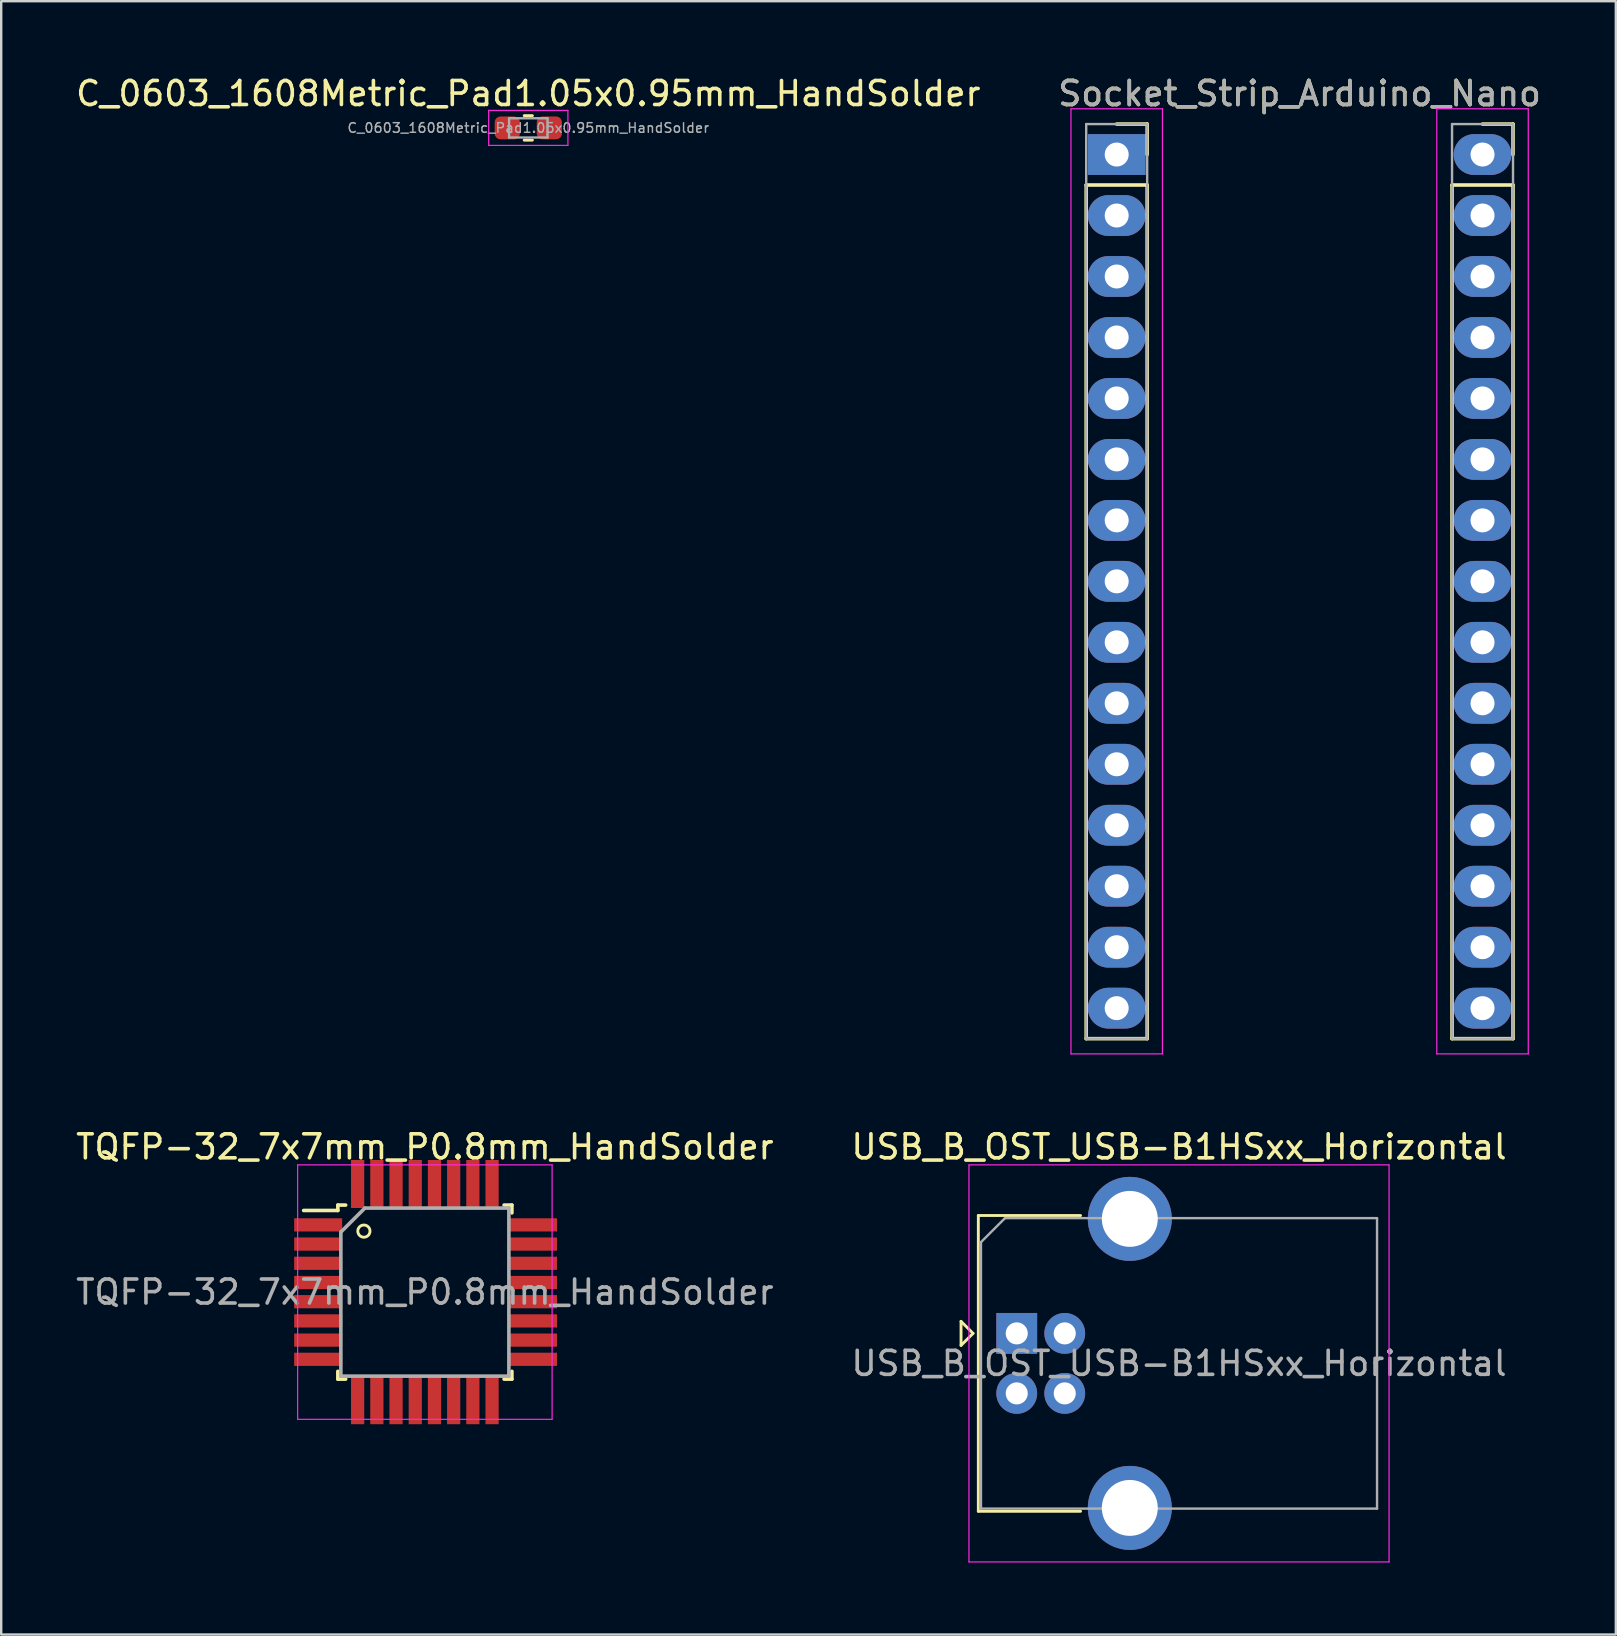
<source format=kicad_pcb>
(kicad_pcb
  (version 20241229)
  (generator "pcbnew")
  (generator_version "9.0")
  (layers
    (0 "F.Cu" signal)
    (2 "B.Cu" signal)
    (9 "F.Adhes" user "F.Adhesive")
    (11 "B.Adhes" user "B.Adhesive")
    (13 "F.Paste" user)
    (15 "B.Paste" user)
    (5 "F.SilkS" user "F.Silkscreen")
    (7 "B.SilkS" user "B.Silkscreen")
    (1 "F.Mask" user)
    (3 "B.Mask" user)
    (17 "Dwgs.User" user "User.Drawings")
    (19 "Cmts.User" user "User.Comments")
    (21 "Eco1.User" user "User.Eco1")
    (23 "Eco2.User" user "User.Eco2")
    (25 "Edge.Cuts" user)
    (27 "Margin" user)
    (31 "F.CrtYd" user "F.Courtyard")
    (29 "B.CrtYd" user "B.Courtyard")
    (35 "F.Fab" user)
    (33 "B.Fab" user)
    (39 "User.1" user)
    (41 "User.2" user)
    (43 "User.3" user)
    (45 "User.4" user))
  (footprint "TQFP-32_7x7mm_P0.8mm_HandSolder"
    (layer "F.Cu")
    (at 14.649 50.776)
    (property "Reference" "TQFP-32_7x7mm_P0.8mm_HandSolder" (at 0 -6.05 0) (layer "F.SilkS") (effects (font (size 1 1) (thickness 0.15))))
    (attr smd)
    (fp_line (start -3.625 -3.625) (end -3.625 -3.4) (stroke (width 0.15) (type solid)) (layer "F.SilkS"))
    (fp_line (start -3.625 -3.625) (end -3.3 -3.625) (stroke (width 0.15) (type solid)) (layer "F.SilkS"))
    (fp_line (start -3.625 -3.4) (end -5.05 -3.4) (stroke (width 0.15) (type solid)) (layer "F.SilkS"))
    (fp_line (start -3.625 3.625) (end -3.625 3.3) (stroke (width 0.15) (type solid)) (layer "F.SilkS"))
    (fp_line (start -3.625 3.625) (end -3.3 3.625) (stroke (width 0.15) (type solid)) (layer "F.SilkS"))
    (fp_line (start 3.625 -3.625) (end 3.3 -3.625) (stroke (width 0.15) (type solid)) (layer "F.SilkS"))
    (fp_line (start 3.625 -3.625) (end 3.625 -3.3) (stroke (width 0.15) (type solid)) (layer "F.SilkS"))
    (fp_line (start 3.625 3.625) (end 3.3 3.625) (stroke (width 0.15) (type solid)) (layer "F.SilkS"))
    (fp_line (start 3.625 3.625) (end 3.625 3.3) (stroke (width 0.15) (type solid)) (layer "F.SilkS"))
    (fp_circle (center -2.54 -2.54) (end -2.794 -2.54) (stroke (width 0.12) (type solid)) (fill no) (layer "F.SilkS"))
    (fp_line (start -5.3 -5.3) (end -5.3 5.3) (stroke (width 0.05) (type solid)) (layer "F.CrtYd"))
    (fp_line (start -5.3 -5.3) (end 5.3 -5.3) (stroke (width 0.05) (type solid)) (layer "F.CrtYd"))
    (fp_line (start -5.3 5.3) (end 5.3 5.3) (stroke (width 0.05) (type solid)) (layer "F.CrtYd"))
    (fp_line (start 5.3 -5.3) (end 5.3 5.3) (stroke (width 0.05) (type solid)) (layer "F.CrtYd"))
    (fp_line (start -3.5 -2.5) (end -2.5 -3.5) (stroke (width 0.15) (type solid)) (layer "F.Fab"))
    (fp_line (start -3.5 3.5) (end -3.5 -2.5) (stroke (width 0.15) (type solid)) (layer "F.Fab"))
    (fp_line (start -2.5 -3.5) (end 3.5 -3.5) (stroke (width 0.15) (type solid)) (layer "F.Fab"))
    (fp_line (start 3.5 -3.5) (end 3.5 3.5) (stroke (width 0.15) (type solid)) (layer "F.Fab"))
    (fp_line (start 3.5 3.5) (end -3.5 3.5) (stroke (width 0.15) (type solid)) (layer "F.Fab"))
    (fp_text user "${REFERENCE}" (at 0 0 0) (layer "F.Fab") (effects (font (size 1 1) (thickness 0.15))))
    (pad "1" smd rect (at -4.445 -2.8) (size 2 0.55) (layers "F.Cu" "F.Mask" "F.Paste"))
    (pad "2" smd rect (at -4.445 -2) (size 2 0.55) (layers "F.Cu" "F.Mask" "F.Paste"))
    (pad "3" smd rect (at -4.445 -1.2) (size 2 0.55) (layers "F.Cu" "F.Mask" "F.Paste"))
    (pad "4" smd rect (at -4.445 -0.4) (size 2 0.55) (layers "F.Cu" "F.Mask" "F.Paste"))
    (pad "5" smd rect (at -4.445 0.4) (size 2 0.55) (layers "F.Cu" "F.Mask" "F.Paste"))
    (pad "6" smd rect (at -4.445 1.2) (size 2 0.55) (layers "F.Cu" "F.Mask" "F.Paste"))
    (pad "7" smd rect (at -4.445 2) (size 2 0.55) (layers "F.Cu" "F.Mask" "F.Paste"))
    (pad "8" smd rect (at -4.445 2.8) (size 2 0.55) (layers "F.Cu" "F.Mask" "F.Paste"))
    (pad "9" smd rect (at -2.8 4.504 90) (size 2 0.55) (layers "F.Cu" "F.Mask" "F.Paste"))
    (pad "10" smd rect (at -2 4.504 90) (size 2 0.55) (layers "F.Cu" "F.Mask" "F.Paste"))
    (pad "11" smd rect (at -1.2 4.504 90) (size 2 0.55) (layers "F.Cu" "F.Mask" "F.Paste"))
    (pad "12" smd rect (at -0.4 4.504 90) (size 2 0.55) (layers "F.Cu" "F.Mask" "F.Paste"))
    (pad "13" smd rect (at 0.4 4.504 90) (size 2 0.55) (layers "F.Cu" "F.Mask" "F.Paste"))
    (pad "14" smd rect (at 1.2 4.504 90) (size 2 0.55) (layers "F.Cu" "F.Mask" "F.Paste"))
    (pad "15" smd rect (at 2 4.504 90) (size 2 0.55) (layers "F.Cu" "F.Mask" "F.Paste"))
    (pad "16" smd rect (at 2.8 4.504 90) (size 2 0.55) (layers "F.Cu" "F.Mask" "F.Paste"))
    (pad "17" smd rect (at 4.504 2.8) (size 2 0.55) (layers "F.Cu" "F.Mask" "F.Paste"))
    (pad "18" smd rect (at 4.504 2) (size 2 0.55) (layers "F.Cu" "F.Mask" "F.Paste"))
    (pad "19" smd rect (at 4.504 1.2) (size 2 0.55) (layers "F.Cu" "F.Mask" "F.Paste"))
    (pad "20" smd rect (at 4.504 0.4) (size 2 0.55) (layers "F.Cu" "F.Mask" "F.Paste"))
    (pad "21" smd rect (at 4.504 -0.4) (size 2 0.55) (layers "F.Cu" "F.Mask" "F.Paste"))
    (pad "22" smd rect (at 4.504 -1.2) (size 2 0.55) (layers "F.Cu" "F.Mask" "F.Paste"))
    (pad "23" smd rect (at 4.504 -2) (size 2 0.55) (layers "F.Cu" "F.Mask" "F.Paste"))
    (pad "24" smd rect (at 4.504 -2.8) (size 2 0.55) (layers "F.Cu" "F.Mask" "F.Paste"))
    (pad "25" smd rect (at 2.8 -4.504 90) (size 2 0.55) (layers "F.Cu" "F.Mask" "F.Paste"))
    (pad "26" smd rect (at 2 -4.504 90) (size 2 0.55) (layers "F.Cu" "F.Mask" "F.Paste"))
    (pad "27" smd rect (at 1.2 -4.504 90) (size 2 0.55) (layers "F.Cu" "F.Mask" "F.Paste"))
    (pad "28" smd rect (at 0.4 -4.504 90) (size 2 0.55) (layers "F.Cu" "F.Mask" "F.Paste"))
    (pad "29" smd rect (at -0.4 -4.504 90) (size 2 0.55) (layers "F.Cu" "F.Mask" "F.Paste"))
    (pad "30" smd rect (at -1.2 -4.504 90) (size 2 0.55) (layers "F.Cu" "F.Mask" "F.Paste"))
    (pad "31" smd rect (at -2 -4.504 90) (size 2 0.55) (layers "F.Cu" "F.Mask" "F.Paste"))
    (pad "32" smd rect (at -2.8 -4.504 90) (size 2 0.55) (layers "F.Cu" "F.Mask" "F.Paste")))
  (footprint "Socket_Strip_Arduino_Nano"
    (layer "F.Cu")
    (at 51.089 3.388)
    (property "Reference" "Socket_Strip_Arduino_Nano" (at 0 -2.54 0) (layer "F.SilkS") (effects (font (size 1 1) (thickness 0.15))))
    (attr through_hole)
    (fp_line (start -8.89 1.27) (end -6.35 1.27) (stroke (width 0.15) (type solid)) (layer "F.SilkS"))
    (fp_line (start -8.89 36.83) (end -8.89 1.27) (stroke (width 0.15) (type solid)) (layer "F.SilkS"))
    (fp_line (start -7.62 -1.27) (end -6.35 -1.27) (stroke (width 0.15) (type solid)) (layer "F.SilkS"))
    (fp_line (start -6.35 -1.27) (end -6.35 0) (stroke (width 0.15) (type solid)) (layer "F.SilkS"))
    (fp_line (start -6.35 1.27) (end -6.35 36.83) (stroke (width 0.15) (type solid)) (layer "F.SilkS"))
    (fp_line (start -6.35 36.83) (end -8.89 36.83) (stroke (width 0.15) (type solid)) (layer "F.SilkS"))
    (fp_line (start 6.35 1.27) (end 8.89 1.27) (stroke (width 0.15) (type solid)) (layer "F.SilkS"))
    (fp_line (start 6.35 36.83) (end 6.35 1.27) (stroke (width 0.15) (type solid)) (layer "F.SilkS"))
    (fp_line (start 7.62 -1.27) (end 8.89 -1.27) (stroke (width 0.15) (type solid)) (layer "F.SilkS"))
    (fp_line (start 8.89 -1.27) (end 8.89 0) (stroke (width 0.15) (type solid)) (layer "F.SilkS"))
    (fp_line (start 8.89 1.27) (end 8.89 36.83) (stroke (width 0.15) (type solid)) (layer "F.SilkS"))
    (fp_line (start 8.89 36.83) (end 6.35 36.83) (stroke (width 0.15) (type solid)) (layer "F.SilkS"))
    (fp_line (start -9.525 -1.905) (end -5.715 -1.905) (stroke (width 0.05) (type solid)) (layer "F.CrtYd"))
    (fp_line (start -9.525 37.465) (end -9.525 -1.905) (stroke (width 0.05) (type solid)) (layer "F.CrtYd"))
    (fp_line (start -5.715 -1.905) (end -5.715 37.465) (stroke (width 0.05) (type solid)) (layer "F.CrtYd"))
    (fp_line (start -5.715 37.465) (end -9.525 37.465) (stroke (width 0.05) (type solid)) (layer "F.CrtYd"))
    (fp_line (start 5.715 -1.905) (end 9.525 -1.905) (stroke (width 0.05) (type solid)) (layer "F.CrtYd"))
    (fp_line (start 5.715 37.465) (end 5.715 -1.905) (stroke (width 0.05) (type solid)) (layer "F.CrtYd"))
    (fp_line (start 9.525 -1.905) (end 9.525 37.465) (stroke (width 0.05) (type solid)) (layer "F.CrtYd"))
    (fp_line (start 9.525 37.465) (end 5.715 37.465) (stroke (width 0.05) (type solid)) (layer "F.CrtYd"))
    (fp_line (start -8.89 -1.27) (end -8.89 36.83) (stroke (width 0.1) (type solid)) (layer "F.Fab"))
    (fp_line (start -8.89 -1.27) (end -6.35 -1.27) (stroke (width 0.1) (type solid)) (layer "F.Fab"))
    (fp_line (start -6.35 -1.27) (end -6.35 36.83) (stroke (width 0.1) (type solid)) (layer "F.Fab"))
    (fp_line (start -6.35 36.83) (end -8.89 36.83) (stroke (width 0.1) (type solid)) (layer "F.Fab"))
    (fp_line (start 6.35 -1.27) (end 6.35 36.83) (stroke (width 0.1) (type solid)) (layer "F.Fab"))
    (fp_line (start 6.35 36.83) (end 8.89 36.83) (stroke (width 0.1) (type solid)) (layer "F.Fab"))
    (fp_line (start 8.89 -1.27) (end 6.35 -1.27) (stroke (width 0.1) (type solid)) (layer "F.Fab"))
    (fp_line (start 8.89 -1.27) (end 8.89 36.83) (stroke (width 0.1) (type solid)) (layer "F.Fab"))
    (fp_text user "${REFERENCE}" (at 0 -2.54 0) (layer "F.Fab") (effects (font (size 1 1) (thickness 0.15))))
    (pad "1" thru_hole oval (at -7.62 2.54) (size 2.4 1.7) (drill 1) (layers "*.Cu" "*.Mask"))
    (pad "2" thru_hole rect (at -7.62 0) (size 2.4 1.7) (drill 1) (layers "*.Cu" "*.Mask"))
    (pad "3" thru_hole oval (at -7.62 5.08) (size 2.4 1.7) (drill 1) (layers "*.Cu" "*.Mask"))
    (pad "4" thru_hole oval (at -7.62 7.62) (size 2.4 1.7) (drill 1) (layers "*.Cu" "*.Mask"))
    (pad "5" thru_hole oval (at -7.62 10.16) (size 2.4 1.7) (drill 1) (layers "*.Cu" "*.Mask"))
    (pad "6" thru_hole oval (at -7.62 12.7) (size 2.4 1.7) (drill 1) (layers "*.Cu" "*.Mask"))
    (pad "7" thru_hole oval (at -7.62 15.24) (size 2.4 1.7) (drill 1) (layers "*.Cu" "*.Mask"))
    (pad "8" thru_hole oval (at -7.62 17.78) (size 2.4 1.7) (drill 1) (layers "*.Cu" "*.Mask"))
    (pad "9" thru_hole oval (at -7.62 20.32) (size 2.4 1.7) (drill 1) (layers "*.Cu" "*.Mask"))
    (pad "10" thru_hole oval (at -7.62 22.86) (size 2.4 1.7) (drill 1) (layers "*.Cu" "*.Mask"))
    (pad "11" thru_hole oval (at -7.62 25.4) (size 2.4 1.7) (drill 1) (layers "*.Cu" "*.Mask"))
    (pad "12" thru_hole oval (at -7.62 27.94) (size 2.4 1.7) (drill 1) (layers "*.Cu" "*.Mask"))
    (pad "13" thru_hole oval (at -7.62 30.48) (size 2.4 1.7) (drill 1) (layers "*.Cu" "*.Mask"))
    (pad "14" thru_hole oval (at -7.62 33.02) (size 2.4 1.7) (drill 1) (layers "*.Cu" "*.Mask"))
    (pad "15" thru_hole oval (at -7.62 35.56) (size 2.4 1.7) (drill 1) (layers "*.Cu" "*.Mask"))
    (pad "16" thru_hole oval (at 7.62 35.56) (size 2.4 1.7) (drill 1) (layers "*.Cu" "*.Mask"))
    (pad "17" thru_hole oval (at 7.62 33.02) (size 2.4 1.7) (drill 1) (layers "*.Cu" "*.Mask"))
    (pad "18" thru_hole oval (at 7.62 30.48) (size 2.4 1.7) (drill 1) (layers "*.Cu" "*.Mask"))
    (pad "19" thru_hole oval (at 7.62 27.94) (size 2.4 1.7) (drill 1) (layers "*.Cu" "*.Mask"))
    (pad "20" thru_hole oval (at 7.62 25.4) (size 2.4 1.7) (drill 1) (layers "*.Cu" "*.Mask"))
    (pad "21" thru_hole oval (at 7.62 22.86) (size 2.4 1.7) (drill 1) (layers "*.Cu" "*.Mask"))
    (pad "22" thru_hole oval (at 7.62 20.32) (size 2.4 1.7) (drill 1) (layers "*.Cu" "*.Mask"))
    (pad "23" thru_hole oval (at 7.62 17.78) (size 2.4 1.7) (drill 1) (layers "*.Cu" "*.Mask"))
    (pad "24" thru_hole oval (at 7.62 15.24) (size 2.4 1.7) (drill 1) (layers "*.Cu" "*.Mask"))
    (pad "25" thru_hole oval (at 7.62 12.7) (size 2.4 1.7) (drill 1) (layers "*.Cu" "*.Mask"))
    (pad "26" thru_hole oval (at 7.62 10.16) (size 2.4 1.7) (drill 1) (layers "*.Cu" "*.Mask"))
    (pad "27" thru_hole oval (at 7.62 7.62) (size 2.4 1.7) (drill 1) (layers "*.Cu" "*.Mask"))
    (pad "28" thru_hole oval (at 7.62 5.08) (size 2.4 1.7) (drill 1) (layers "*.Cu" "*.Mask"))
    (pad "29" thru_hole oval (at 7.62 2.54) (size 2.4 1.7) (drill 1) (layers "*.Cu" "*.Mask"))
    (pad "30" thru_hole oval (at 7.62 0) (size 2.4 1.7) (drill 1) (layers "*.Cu" "*.Mask")))
  (footprint "USB_B_OST_USB-B1HSxx_Horizontal"
    (layer "F.Cu")
    (at 39.305 52.496)
    (property "Reference" "USB_B_OST_USB-B1HSxx_Horizontal" (at 6.76 -7.77 0) (layer "F.SilkS") (effects (font (size 1 1) (thickness 0.15))))
    (attr through_hole)
    (fp_line (start -2.32 -0.5) (end -2.32 0.5) (stroke (width 0.12) (type solid)) (layer "F.SilkS"))
    (fp_line (start -2.32 0.5) (end -1.82 0) (stroke (width 0.12) (type solid)) (layer "F.SilkS"))
    (fp_line (start -1.82 0) (end -2.32 -0.5) (stroke (width 0.12) (type solid)) (layer "F.SilkS"))
    (fp_line (start -1.6 -4.91) (end -1.6 7.41) (stroke (width 0.12) (type solid)) (layer "F.SilkS"))
    (fp_line (start -1.6 7.41) (end 2.66 7.41) (stroke (width 0.12) (type solid)) (layer "F.SilkS"))
    (fp_line (start 2.66 -4.91) (end -1.6 -4.91) (stroke (width 0.12) (type solid)) (layer "F.SilkS"))
    (fp_line (start -1.99 -7.02) (end -1.99 9.52) (stroke (width 0.05) (type solid)) (layer "F.CrtYd"))
    (fp_line (start -1.99 9.52) (end 15.51 9.52) (stroke (width 0.05) (type solid)) (layer "F.CrtYd"))
    (fp_line (start 15.51 -7.02) (end -1.99 -7.02) (stroke (width 0.05) (type solid)) (layer "F.CrtYd"))
    (fp_line (start 15.51 9.52) (end 15.51 -7.02) (stroke (width 0.05) (type solid)) (layer "F.CrtYd"))
    (fp_line (start -1.49 -3.8) (end -0.49 -4.8) (stroke (width 0.1) (type solid)) (layer "F.Fab"))
    (fp_line (start -1.49 7.3) (end -1.49 -3.8) (stroke (width 0.1) (type solid)) (layer "F.Fab"))
    (fp_line (start -0.49 -4.8) (end 15.01 -4.8) (stroke (width 0.1) (type solid)) (layer "F.Fab"))
    (fp_line (start 15.01 -4.8) (end 15.01 7.3) (stroke (width 0.1) (type solid)) (layer "F.Fab"))
    (fp_line (start 15.01 7.3) (end -1.49 7.3) (stroke (width 0.1) (type solid)) (layer "F.Fab"))
    (fp_text user "${REFERENCE}" (at 6.76 1.25 0) (layer "F.Fab") (effects (font (size 1 1) (thickness 0.15))))
    (pad "1" thru_hole rect (at 0 0) (size 1.7 1.7) (drill 0.92) (layers "*.Cu" "*.Mask"))
    (pad "2" thru_hole circle (at 0 2.5) (size 1.7 1.7) (drill 0.92) (layers "*.Cu" "*.Mask"))
    (pad "3" thru_hole circle (at 2 2.5) (size 1.7 1.7) (drill 0.92) (layers "*.Cu" "*.Mask"))
    (pad "4" thru_hole circle (at 2 0) (size 1.7 1.7) (drill 0.92) (layers "*.Cu" "*.Mask"))
    (pad "5" thru_hole circle (at 4.71 -4.77) (size 3.5 3.5) (drill 2.33) (layers "*.Cu" "*.Mask"))
    (pad "5" thru_hole circle (at 4.71 7.27) (size 3.5 3.5) (drill 2.33) (layers "*.Cu" "*.Mask")))
  (footprint "C_0603_1608Metric_Pad1.05x0.95mm_HandSolder"
    (layer "F.Cu")
    (at 18.958 2.278)
    (property "Reference" "C_0603_1608Metric_Pad1.05x0.95mm_HandSolder" (at 0 -1.43 0) (layer "F.SilkS") (effects (font (size 1 1) (thickness 0.15))))
    (attr smd)
    (fp_line (start -0.171 -0.51) (end 0.171 -0.51) (stroke (width 0.12) (type solid)) (layer "F.SilkS"))
    (fp_line (start -0.171 0.51) (end 0.171 0.51) (stroke (width 0.12) (type solid)) (layer "F.SilkS"))
    (fp_line (start -1.65 -0.73) (end 1.65 -0.73) (stroke (width 0.05) (type solid)) (layer "F.CrtYd"))
    (fp_line (start -1.65 0.73) (end -1.65 -0.73) (stroke (width 0.05) (type solid)) (layer "F.CrtYd"))
    (fp_line (start 1.65 -0.73) (end 1.65 0.73) (stroke (width 0.05) (type solid)) (layer "F.CrtYd"))
    (fp_line (start 1.65 0.73) (end -1.65 0.73) (stroke (width 0.05) (type solid)) (layer "F.CrtYd"))
    (fp_line (start -0.8 -0.4) (end 0.8 -0.4) (stroke (width 0.1) (type solid)) (layer "F.Fab"))
    (fp_line (start -0.8 0.4) (end -0.8 -0.4) (stroke (width 0.1) (type solid)) (layer "F.Fab"))
    (fp_line (start 0.8 -0.4) (end 0.8 0.4) (stroke (width 0.1) (type solid)) (layer "F.Fab"))
    (fp_line (start 0.8 0.4) (end -0.8 0.4) (stroke (width 0.1) (type solid)) (layer "F.Fab"))
    (fp_text user "${REFERENCE}" (at 0 0 0) (layer "F.Fab") (effects (font (size 0.4 0.4) (thickness 0.06))))
    (pad "1" smd roundrect (at -0.875 0) (size 1.05 0.95) (layers "F.Cu" "F.Mask" "F.Paste") (roundrect_rratio 0.25))
    (pad "2" smd roundrect (at 0.875 0) (size 1.05 0.95) (layers "F.Cu" "F.Mask" "F.Paste") (roundrect_rratio 0.25)))
  (gr_rect
    (start -3 -3)
    (end 64.262 65.041)
    (stroke (width 0.1) (type default))
    (fill no)
    (layer "Edge.Cuts")))
</source>
